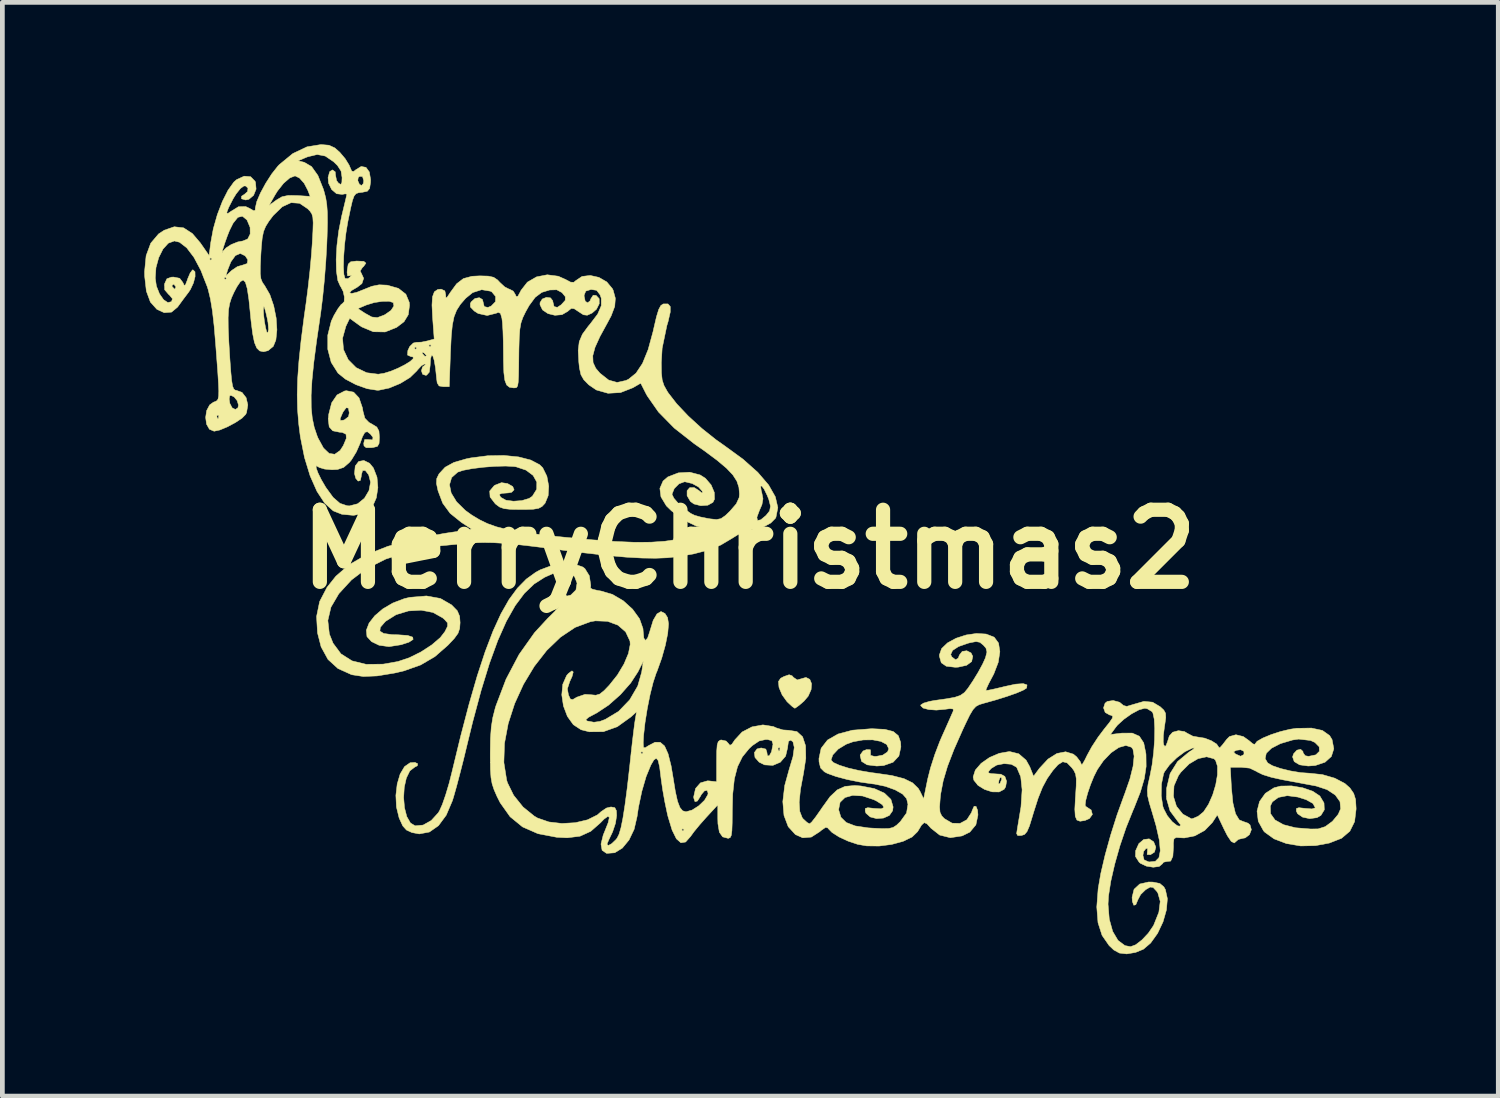
<source format=kicad_pcb>
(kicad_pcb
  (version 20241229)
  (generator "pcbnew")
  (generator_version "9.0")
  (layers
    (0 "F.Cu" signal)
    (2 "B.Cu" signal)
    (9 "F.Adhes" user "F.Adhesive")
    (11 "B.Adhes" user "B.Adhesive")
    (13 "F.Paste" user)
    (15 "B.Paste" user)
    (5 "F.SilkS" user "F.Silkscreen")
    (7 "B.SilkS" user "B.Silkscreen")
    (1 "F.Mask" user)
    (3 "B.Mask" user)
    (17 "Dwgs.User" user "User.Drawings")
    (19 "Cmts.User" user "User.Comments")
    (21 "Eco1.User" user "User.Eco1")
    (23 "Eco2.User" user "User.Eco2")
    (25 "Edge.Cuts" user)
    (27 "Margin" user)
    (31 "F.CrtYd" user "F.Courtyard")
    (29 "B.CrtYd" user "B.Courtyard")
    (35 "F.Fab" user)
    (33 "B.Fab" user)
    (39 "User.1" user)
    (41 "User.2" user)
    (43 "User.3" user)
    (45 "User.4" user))
  (footprint "MerryChristmas2"
    (layer "F.Cu")
    (at 12.781 8.557)
    (property "Reference" "MerryChristmas2" (at 0 0 0) (layer "F.SilkS") (effects (font (size 1.524 1.524) (thickness 0.3))))
    (attr through_hole)
    (fp_poly (pts (xy 0.909 2.675) (xy 0.937 2.708) (xy 1.017 2.762) (xy 1.079 2.744) (xy 1.201 2.709) (xy 1.282 2.749) (xy 1.32 2.842) (xy 1.31 2.967) (xy 1.249 3.104) (xy 1.159 3.21) (xy 1.053 3.301) (xy 0.979 3.354) (xy 0.965 3.36) (xy 0.914 3.326) (xy 0.825 3.244) (xy 0.799 3.218) (xy 0.698 3.078) (xy 0.634 2.927) (xy 0.631 2.914) (xy 0.62 2.795) (xy 0.666 2.727) (xy 0.738 2.689) (xy 0.845 2.652) (xy 0.909 2.675)) (stroke (width 0.01) (type solid)) (fill yes) (layer "F.SilkS"))
    (fp_poly (pts (xy 7.828 3.233) (xy 7.911 3.302) (xy 7.981 3.321) (xy 8.118 3.28) (xy 8.343 3.215) (xy 8.526 3.232) (xy 8.687 3.328) (xy 8.763 3.399) (xy 8.8 3.466) (xy 8.805 3.561) (xy 8.783 3.716) (xy 8.776 3.761) (xy 8.754 3.935) (xy 8.751 4.073) (xy 8.762 4.135) (xy 8.787 4.166) (xy 8.81 4.15) (xy 8.841 4.07) (xy 8.88 3.946) (xy 8.951 3.867) (xy 9.072 3.834) (xy 9.2 3.853) (xy 9.257 3.888) (xy 9.378 3.951) (xy 9.487 3.97) (xy 9.626 3.992) (xy 9.769 4.047) (xy 9.88 4.117) (xy 9.926 4.185) (xy 9.926 4.187) (xy 9.949 4.194) (xy 10.006 4.13) (xy 10.012 4.122) (xy 10.092 4.018) (xy 10.152 3.958) (xy 10.288 3.92) (xy 10.445 3.959) (xy 10.564 4.044) (xy 10.646 4.113) (xy 10.688 4.124) (xy 10.689 4.118) (xy 10.735 4.059) (xy 10.856 3.99) (xy 11.029 3.918) (xy 11.228 3.853) (xy 11.431 3.804) (xy 11.567 3.784) (xy 11.883 3.779) (xy 12.115 3.829) (xy 12.267 3.937) (xy 12.319 4.022) (xy 12.356 4.217) (xy 12.304 4.38) (xy 12.17 4.501) (xy 11.965 4.57) (xy 11.815 4.581) (xy 11.634 4.556) (xy 11.52 4.488) (xy 11.485 4.389) (xy 11.506 4.323) (xy 11.577 4.246) (xy 11.655 4.228) (xy 11.704 4.273) (xy 11.707 4.301) (xy 11.751 4.363) (xy 11.822 4.377) (xy 11.976 4.345) (xy 12.052 4.27) (xy 12.047 4.174) (xy 11.957 4.083) (xy 11.864 4.041) (xy 11.613 4.012) (xy 11.485 4.031) (xy 11.227 4.108) (xy 11.039 4.205) (xy 10.929 4.312) (xy 10.905 4.424) (xy 10.959 4.516) (xy 11.06 4.575) (xy 11.232 4.634) (xy 11.442 4.685) (xy 11.659 4.721) (xy 11.838 4.733) (xy 12.114 4.762) (xy 12.376 4.838) (xy 12.59 4.95) (xy 12.696 5.044) (xy 12.776 5.16) (xy 12.816 5.288) (xy 12.827 5.47) (xy 12.827 5.494) (xy 12.795 5.757) (xy 12.695 5.959) (xy 12.52 6.108) (xy 12.261 6.209) (xy 11.971 6.263) (xy 11.657 6.27) (xy 11.356 6.22) (xy 11.093 6.12) (xy 10.896 5.978) (xy 10.871 5.951) (xy 10.76 5.749) (xy 10.734 5.535) (xy 10.787 5.331) (xy 10.909 5.159) (xy 11.093 5.041) (xy 11.232 5.005) (xy 11.461 5.001) (xy 11.699 5.041) (xy 11.911 5.114) (xy 12.059 5.213) (xy 12.062 5.216) (xy 12.149 5.362) (xy 12.155 5.507) (xy 12.083 5.625) (xy 12 5.672) (xy 11.846 5.693) (xy 11.698 5.662) (xy 11.592 5.59) (xy 11.564 5.533) (xy 11.566 5.479) (xy 11.618 5.462) (xy 11.744 5.476) (xy 11.754 5.477) (xy 11.894 5.488) (xy 11.959 5.468) (xy 11.962 5.459) (xy 11.915 5.372) (xy 11.771 5.292) (xy 11.597 5.237) (xy 11.373 5.208) (xy 11.186 5.244) (xy 11.058 5.338) (xy 11.014 5.428) (xy 11.019 5.588) (xy 11.114 5.721) (xy 11.293 5.821) (xy 11.546 5.886) (xy 11.866 5.912) (xy 12.025 5.91) (xy 12.175 5.862) (xy 12.327 5.75) (xy 12.449 5.603) (xy 12.5 5.486) (xy 12.487 5.334) (xy 12.387 5.194) (xy 12.214 5.08) (xy 11.981 5.003) (xy 11.959 4.999) (xy 11.771 4.964) (xy 11.531 4.919) (xy 11.287 4.874) (xy 11.256 4.868) (xy 11.035 4.819) (xy 10.853 4.762) (xy 10.739 4.706) (xy 10.729 4.698) (xy 10.579 4.626) (xy 10.398 4.607) (xy 10.169 4.607) (xy 10.192 5.039) (xy 10.224 5.362) (xy 10.279 5.589) (xy 10.357 5.719) (xy 10.437 5.752) (xy 10.543 5.789) (xy 10.585 5.825) (xy 10.614 5.926) (xy 10.573 6.032) (xy 10.483 6.1) (xy 10.436 6.108) (xy 10.339 6.132) (xy 10.308 6.159) (xy 10.253 6.207) (xy 10.188 6.174) (xy 10.107 6.054) (xy 10.035 5.912) (xy 9.894 5.614) (xy 9.788 5.777) (xy 9.628 5.942) (xy 9.419 6.057) (xy 9.196 6.101) (xy 9.134 6.098) (xy 9.026 6.091) (xy 8.978 6.119) (xy 8.966 6.209) (xy 8.967 6.291) (xy 8.955 6.488) (xy 8.909 6.59) (xy 8.831 6.598) (xy 8.757 6.614) (xy 8.735 6.646) (xy 8.665 6.704) (xy 8.54 6.72) (xy 8.396 6.697) (xy 8.269 6.637) (xy 8.242 6.613) (xy 8.165 6.493) (xy 8.168 6.371) (xy 8.236 6.221) (xy 8.339 6.134) (xy 8.454 6.12) (xy 8.549 6.182) (xy 8.595 6.295) (xy 8.567 6.4) (xy 8.48 6.456) (xy 8.411 6.451) (xy 8.417 6.389) (xy 8.421 6.325) (xy 8.386 6.325) (xy 8.337 6.386) (xy 8.322 6.469) (xy 8.347 6.565) (xy 8.439 6.605) (xy 8.459 6.608) (xy 8.585 6.595) (xy 8.661 6.517) (xy 8.689 6.371) (xy 8.669 6.149) (xy 8.601 5.846) (xy 8.518 5.562) (xy 8.456 5.356) (xy 8.422 5.212) (xy 8.422 5.21) (xy 8.709 5.21) (xy 8.743 5.432) (xy 8.759 5.481) (xy 8.836 5.629) (xy 8.941 5.758) (xy 9.045 5.84) (xy 9.095 5.854) (xy 9.121 5.828) (xy 9.063 5.755) (xy 8.895 5.529) (xy 8.821 5.272) (xy 8.821 5.224) (xy 8.967 5.224) (xy 9.031 5.431) (xy 9.166 5.598) (xy 9.351 5.698) (xy 9.399 5.682) (xy 9.491 5.642) (xy 9.604 5.549) (xy 9.708 5.391) (xy 9.796 5.192) (xy 9.861 4.976) (xy 9.897 4.766) (xy 9.898 4.586) (xy 9.857 4.46) (xy 9.824 4.428) (xy 9.669 4.386) (xy 9.488 4.425) (xy 9.3 4.536) (xy 9.126 4.71) (xy 9.074 4.781) (xy 8.979 4.999) (xy 8.967 5.224) (xy 8.821 5.224) (xy 8.822 5.054) (xy 8.897 4.74) (xy 9.054 4.487) (xy 9.281 4.298) (xy 9.304 4.282) (xy 10.237 4.282) (xy 10.276 4.324) (xy 10.284 4.329) (xy 10.386 4.374) (xy 10.449 4.343) (xy 10.458 4.33) (xy 10.456 4.27) (xy 10.388 4.237) (xy 10.294 4.249) (xy 10.237 4.282) (xy 9.304 4.282) (xy 9.389 4.225) (xy 9.408 4.196) (xy 9.366 4.203) (xy 9.21 4.278) (xy 9.038 4.406) (xy 8.884 4.557) (xy 8.778 4.702) (xy 8.759 4.744) (xy 8.714 4.962) (xy 8.709 5.21) (xy 8.422 5.21) (xy 8.415 5.094) (xy 8.431 4.966) (xy 8.469 4.799) (xy 8.516 4.556) (xy 8.549 4.291) (xy 8.568 4.027) (xy 8.572 3.786) (xy 8.561 3.59) (xy 8.533 3.461) (xy 8.515 3.432) (xy 8.415 3.371) (xy 8.361 3.36) (xy 8.241 3.393) (xy 8.082 3.478) (xy 7.92 3.593) (xy 7.785 3.716) (xy 7.75 3.759) (xy 7.636 3.915) (xy 7.877 3.886) (xy 8.096 3.885) (xy 8.246 3.951) (xy 8.339 4.092) (xy 8.385 4.318) (xy 8.387 4.343) (xy 8.39 4.591) (xy 8.352 4.845) (xy 8.268 5.131) (xy 8.133 5.473) (xy 8.115 5.513) (xy 7.968 5.878) (xy 7.836 6.267) (xy 7.726 6.655) (xy 7.643 7.017) (xy 7.595 7.328) (xy 7.585 7.5) (xy 7.611 7.817) (xy 7.683 8.076) (xy 7.795 8.266) (xy 7.942 8.376) (xy 8.061 8.399) (xy 8.169 8.359) (xy 8.302 8.256) (xy 8.436 8.114) (xy 8.543 7.957) (xy 8.552 7.939) (xy 8.659 7.671) (xy 8.688 7.442) (xy 8.638 7.264) (xy 8.614 7.229) (xy 8.538 7.147) (xy 8.475 7.139) (xy 8.381 7.193) (xy 8.274 7.297) (xy 8.216 7.407) (xy 8.172 7.512) (xy 8.129 7.523) (xy 8.099 7.443) (xy 8.093 7.356) (xy 8.135 7.186) (xy 8.254 7.075) (xy 8.443 7.032) (xy 8.535 7.034) (xy 8.679 7.063) (xy 8.765 7.136) (xy 8.797 7.193) (xy 8.839 7.385) (xy 8.819 7.621) (xy 8.747 7.874) (xy 8.632 8.117) (xy 8.485 8.322) (xy 8.333 8.452) (xy 8.167 8.52) (xy 7.985 8.551) (xy 7.972 8.551) (xy 7.826 8.534) (xy 7.707 8.469) (xy 7.607 8.374) (xy 7.459 8.16) (xy 7.373 7.892) (xy 7.347 7.56) (xy 7.376 7.175) (xy 7.432 6.851) (xy 7.523 6.463) (xy 7.64 6.041) (xy 7.775 5.615) (xy 7.92 5.214) (xy 7.938 5.167) (xy 8.047 4.855) (xy 8.114 4.586) (xy 8.136 4.373) (xy 8.112 4.228) (xy 8.08 4.184) (xy 7.962 4.147) (xy 7.813 4.189) (xy 7.649 4.301) (xy 7.486 4.471) (xy 7.36 4.654) (xy 7.285 4.803) (xy 7.214 4.978) (xy 7.154 5.154) (xy 7.114 5.305) (xy 7.101 5.407) (xy 7.113 5.434) (xy 7.228 5.51) (xy 7.254 5.605) (xy 7.192 5.691) (xy 7.098 5.732) (xy 6.994 5.748) (xy 6.927 5.723) (xy 6.892 5.643) (xy 6.883 5.494) (xy 6.895 5.26) (xy 6.898 5.224) (xy 6.912 5) (xy 6.914 4.851) (xy 6.899 4.752) (xy 6.864 4.677) (xy 6.822 4.619) (xy 6.72 4.514) (xy 6.628 4.491) (xy 6.528 4.553) (xy 6.417 4.678) (xy 6.299 4.846) (xy 6.199 5.032) (xy 6.107 5.263) (xy 6.011 5.563) (xy 5.985 5.65) (xy 5.924 5.848) (xy 5.873 5.966) (xy 5.821 6.027) (xy 5.756 6.049) (xy 5.677 6.051) (xy 5.653 6.009) (xy 5.67 5.896) (xy 5.745 5.447) (xy 5.769 5.084) (xy 5.74 4.808) (xy 5.659 4.619) (xy 5.646 4.602) (xy 5.54 4.544) (xy 5.388 4.531) (xy 5.232 4.561) (xy 5.116 4.632) (xy 5.116 4.632) (xy 5.063 4.692) (xy 5.056 4.725) (xy 5.111 4.741) (xy 5.245 4.75) (xy 5.319 4.754) (xy 5.404 4.8) (xy 5.441 4.902) (xy 5.421 5.02) (xy 5.389 5.073) (xy 5.283 5.129) (xy 5.135 5.127) (xy 4.976 5.076) (xy 4.838 4.991) (xy 4.814 4.961) (xy 5.269 4.961) (xy 5.3 4.952) (xy 5.302 4.949) (xy 5.338 4.861) (xy 5.334 4.829) (xy 5.308 4.817) (xy 5.28 4.882) (xy 5.269 4.961) (xy 4.814 4.961) (xy 4.75 4.882) (xy 4.734 4.813) (xy 4.78 4.668) (xy 4.903 4.525) (xy 5.08 4.401) (xy 5.285 4.313) (xy 5.495 4.276) (xy 5.508 4.276) (xy 5.698 4.323) (xy 5.853 4.457) (xy 5.93 4.595) (xy 6.011 4.798) (xy 6.135 4.63) (xy 6.316 4.435) (xy 6.505 4.316) (xy 6.689 4.28) (xy 6.852 4.33) (xy 6.921 4.387) (xy 6.995 4.484) (xy 7.025 4.553) (xy 7.044 4.541) (xy 7.093 4.457) (xy 7.145 4.351) (xy 7.242 4.174) (xy 7.376 3.969) (xy 7.498 3.807) (xy 7.616 3.659) (xy 7.676 3.571) (xy 7.683 3.526) (xy 7.645 3.507) (xy 7.62 3.503) (xy 7.525 3.449) (xy 7.49 3.352) (xy 7.522 3.254) (xy 7.569 3.216) (xy 7.693 3.197) (xy 7.828 3.233)) (stroke (width 0.01) (type solid)) (fill yes) (layer "F.SilkS"))
    (fp_poly (pts (xy -3.692 0.313) (xy -3.514 0.376) (xy -3.471 0.409) (xy -3.377 0.56) (xy -3.347 0.76) (xy -3.351 0.821) (xy -3.308 0.846) (xy -3.196 0.872) (xy -3.129 0.883) (xy -2.889 0.954) (xy -2.659 1.089) (xy -2.462 1.268) (xy -2.316 1.47) (xy -2.243 1.677) (xy -2.239 1.735) (xy -2.225 1.879) (xy -2.19 1.926) (xy -2.145 1.876) (xy -2.097 1.732) (xy -2.095 1.723) (xy -2.027 1.503) (xy -1.947 1.366) (xy -1.862 1.316) (xy -1.778 1.358) (xy -1.723 1.446) (xy -1.703 1.577) (xy -1.72 1.778) (xy -1.77 2.027) (xy -1.847 2.301) (xy -1.946 2.578) (xy -1.965 2.621) (xy -2.028 2.812) (xy -2.093 3.071) (xy -2.152 3.366) (xy -2.2 3.666) (xy -2.23 3.936) (xy -2.238 4.088) (xy -2.233 4.186) (xy -2.198 4.197) (xy -2.127 4.151) (xy -1.989 4.079) (xy -1.878 4.08) (xy -1.787 4.158) (xy -1.713 4.322) (xy -1.649 4.576) (xy -1.607 4.824) (xy -1.559 5.119) (xy -1.513 5.326) (xy -1.463 5.457) (xy -1.406 5.527) (xy -1.336 5.548) (xy -1.333 5.548) (xy -1.205 5.512) (xy -1.064 5.422) (xy -0.942 5.305) (xy -0.873 5.188) (xy -0.867 5.154) (xy -0.889 5.094) (xy -0.945 5.107) (xy -1.01 5.184) (xy -1.027 5.217) (xy -1.093 5.321) (xy -1.144 5.334) (xy -1.17 5.256) (xy -1.171 5.229) (xy -1.132 5.056) (xy -1.028 4.937) (xy -0.879 4.894) (xy -0.846 4.896) (xy -0.687 4.914) (xy -0.687 4.481) (xy -0.685 4.269) (xy -0.675 4.138) (xy -0.653 4.067) (xy -0.614 4.036) (xy -0.59 4.03) (xy -0.487 4.053) (xy -0.445 4.097) (xy -0.406 4.144) (xy -0.363 4.119) (xy -0.302 4.029) (xy -0.148 3.862) (xy 0.06 3.754) (xy 0.291 3.712) (xy 0.512 3.747) (xy 0.576 3.776) (xy 0.712 3.818) (xy 0.834 3.826) (xy 1.01 3.853) (xy 1.13 3.963) (xy 1.193 4.153) (xy 1.198 4.419) (xy 1.151 4.725) (xy 1.085 5.077) (xy 1.058 5.344) (xy 1.07 5.539) (xy 1.121 5.671) (xy 1.142 5.698) (xy 1.226 5.775) (xy 1.279 5.803) (xy 1.324 5.763) (xy 1.407 5.657) (xy 1.513 5.506) (xy 1.548 5.454) (xy 1.711 5.228) (xy 1.863 5.085) (xy 2.028 5.011) (xy 2.23 4.993) (xy 2.363 5.003) (xy 2.647 5.058) (xy 2.861 5.155) (xy 2.996 5.286) (xy 3.043 5.446) (xy 3.032 5.527) (xy 2.963 5.626) (xy 2.839 5.681) (xy 2.693 5.692) (xy 2.559 5.657) (xy 2.469 5.578) (xy 2.453 5.533) (xy 2.455 5.479) (xy 2.507 5.462) (xy 2.632 5.476) (xy 2.643 5.477) (xy 2.791 5.486) (xy 2.849 5.458) (xy 2.817 5.4) (xy 2.695 5.322) (xy 2.634 5.292) (xy 2.398 5.214) (xy 2.19 5.201) (xy 2.026 5.247) (xy 1.922 5.348) (xy 1.892 5.5) (xy 1.893 5.51) (xy 1.94 5.664) (xy 2.053 5.775) (xy 2.241 5.847) (xy 2.514 5.888) (xy 2.61 5.894) (xy 2.819 5.904) (xy 2.954 5.901) (xy 3.044 5.879) (xy 3.117 5.831) (xy 3.197 5.754) (xy 3.327 5.574) (xy 3.357 5.39) (xy 3.328 5.27) (xy 3.245 5.175) (xy 3.087 5.085) (xy 2.879 5.01) (xy 2.646 4.962) (xy 2.612 4.959) (xy 2.342 4.92) (xy 2.073 4.866) (xy 1.834 4.802) (xy 1.652 4.736) (xy 1.591 4.703) (xy 1.51 4.622) (xy 1.478 4.493) (xy 1.476 4.423) (xy 1.522 4.206) (xy 1.657 4.032) (xy 1.879 3.905) (xy 2.183 3.824) (xy 2.567 3.794) (xy 2.603 3.793) (xy 2.867 3.806) (xy 3.046 3.852) (xy 3.153 3.94) (xy 3.201 4.077) (xy 3.207 4.178) (xy 3.165 4.37) (xy 3.043 4.501) (xy 2.843 4.571) (xy 2.697 4.581) (xy 2.493 4.556) (xy 2.376 4.483) (xy 2.347 4.362) (xy 2.351 4.342) (xy 2.409 4.263) (xy 2.482 4.234) (xy 2.563 4.238) (xy 2.566 4.294) (xy 2.565 4.298) (xy 2.566 4.356) (xy 2.644 4.377) (xy 2.682 4.378) (xy 2.824 4.351) (xy 2.924 4.284) (xy 2.952 4.218) (xy 2.907 4.125) (xy 2.786 4.061) (xy 2.612 4.028) (xy 2.409 4.03) (xy 2.197 4.068) (xy 2.053 4.12) (xy 1.883 4.223) (xy 1.768 4.346) (xy 1.731 4.453) (xy 1.778 4.506) (xy 1.906 4.564) (xy 2.095 4.624) (xy 2.326 4.677) (xy 2.578 4.72) (xy 2.672 4.732) (xy 3.016 4.782) (xy 3.273 4.848) (xy 3.455 4.937) (xy 3.574 5.053) (xy 3.613 5.119) (xy 3.688 5.275) (xy 3.773 4.859) (xy 3.834 4.619) (xy 3.925 4.336) (xy 4.03 4.06) (xy 4.071 3.965) (xy 4.164 3.757) (xy 4.242 3.581) (xy 4.296 3.458) (xy 4.314 3.417) (xy 4.312 3.376) (xy 4.246 3.368) (xy 4.132 3.383) (xy 3.956 3.399) (xy 3.796 3.388) (xy 3.677 3.356) (xy 3.627 3.307) (xy 3.628 3.291) (xy 3.686 3.252) (xy 3.813 3.215) (xy 3.924 3.195) (xy 4.174 3.16) (xy 4.346 3.129) (xy 4.464 3.089) (xy 4.55 3.029) (xy 4.626 2.936) (xy 4.717 2.8) (xy 4.728 2.784) (xy 4.84 2.601) (xy 4.935 2.426) (xy 4.993 2.298) (xy 4.994 2.297) (xy 5.026 2.172) (xy 5.005 2.089) (xy 4.951 2.027) (xy 4.877 1.967) (xy 4.796 1.951) (xy 4.669 1.975) (xy 4.627 1.986) (xy 4.424 2.057) (xy 4.299 2.139) (xy 4.26 2.224) (xy 4.282 2.273) (xy 4.363 2.336) (xy 4.42 2.301) (xy 4.444 2.236) (xy 4.504 2.159) (xy 4.6 2.145) (xy 4.689 2.19) (xy 4.726 2.262) (xy 4.703 2.374) (xy 4.595 2.453) (xy 4.416 2.492) (xy 4.353 2.494) (xy 4.167 2.472) (xy 4.061 2.399) (xy 4.022 2.264) (xy 4.021 2.233) (xy 4.068 2.099) (xy 4.193 1.979) (xy 4.373 1.881) (xy 4.585 1.812) (xy 4.804 1.78) (xy 5.009 1.792) (xy 5.175 1.857) (xy 5.181 1.861) (xy 5.271 1.983) (xy 5.299 2.165) (xy 5.265 2.389) (xy 5.171 2.634) (xy 5.14 2.693) (xy 5.063 2.839) (xy 5.014 2.945) (xy 5.003 2.984) (xy 5.056 2.979) (xy 5.181 2.953) (xy 5.356 2.912) (xy 5.394 2.902) (xy 5.632 2.851) (xy 5.794 2.84) (xy 5.873 2.867) (xy 5.864 2.933) (xy 5.797 2.976) (xy 5.653 3.038) (xy 5.452 3.109) (xy 5.216 3.183) (xy 4.965 3.253) (xy 4.958 3.255) (xy 4.864 3.283) (xy 4.793 3.322) (xy 4.73 3.391) (xy 4.661 3.507) (xy 4.573 3.688) (xy 4.514 3.814) (xy 4.328 4.234) (xy 4.192 4.588) (xy 4.101 4.895) (xy 4.048 5.172) (xy 4.038 5.266) (xy 4.025 5.446) (xy 4.034 5.558) (xy 4.07 5.634) (xy 4.126 5.693) (xy 4.29 5.789) (xy 4.457 5.794) (xy 4.602 5.716) (xy 4.701 5.562) (xy 4.714 5.52) (xy 4.754 5.432) (xy 4.796 5.435) (xy 4.828 5.516) (xy 4.836 5.616) (xy 4.792 5.824) (xy 4.664 5.978) (xy 4.501 6.058) (xy 4.251 6.096) (xy 4.027 6.04) (xy 3.843 5.895) (xy 3.842 5.894) (xy 3.758 5.801) (xy 3.7 5.778) (xy 3.643 5.83) (xy 3.562 5.965) (xy 3.56 5.968) (xy 3.444 6.081) (xy 3.253 6.173) (xy 3.013 6.238) (xy 2.748 6.272) (xy 2.485 6.269) (xy 2.294 6.236) (xy 2.091 6.168) (xy 1.901 6.08) (xy 1.752 5.985) (xy 1.669 5.9) (xy 1.665 5.89) (xy 1.617 5.877) (xy 1.518 5.945) (xy 1.493 5.968) (xy 1.314 6.083) (xy 1.133 6.098) (xy 0.978 6.029) (xy 0.826 5.862) (xy 0.737 5.626) (xy 0.712 5.333) (xy 0.752 4.994) (xy 0.844 4.66) (xy 0.927 4.383) (xy 0.954 4.187) (xy 0.927 4.07) (xy 0.878 4.034) (xy 0.831 4.06) (xy 0.814 4.182) (xy 0.814 4.191) (xy 0.771 4.372) (xy 0.659 4.501) (xy 0.503 4.567) (xy 0.328 4.557) (xy 0.212 4.5) (xy 0.124 4.4) (xy 0.111 4.297) (xy 0.167 4.22) (xy 0.255 4.199) (xy 0.353 4.223) (xy 0.375 4.288) (xy 0.387 4.367) (xy 0.427 4.364) (xy 0.471 4.284) (xy 0.477 4.263) (xy 0.484 4.225) (xy 0.611 4.225) (xy 0.629 4.267) (xy 0.645 4.259) (xy 0.651 4.198) (xy 0.645 4.191) (xy 0.614 4.198) (xy 0.611 4.225) (xy 0.484 4.225) (xy 0.505 4.119) (xy 0.481 4.046) (xy 0.393 4.022) (xy 0.35 4.021) (xy 0.213 4.051) (xy 0.068 4.149) (xy -0.001 4.214) (xy -0.143 4.388) (xy -0.245 4.595) (xy -0.312 4.853) (xy -0.347 5.177) (xy -0.356 5.532) (xy -0.358 5.782) (xy -0.364 5.948) (xy -0.377 6.046) (xy -0.401 6.094) (xy -0.437 6.108) (xy -0.448 6.108) (xy -0.56 6.078) (xy -0.629 5.979) (xy -0.659 5.8) (xy -0.662 5.694) (xy -0.662 5.402) (xy -0.906 5.666) (xy -1.044 5.822) (xy -1.165 5.969) (xy -1.238 6.07) (xy -1.342 6.187) (xy -1.442 6.203) (xy -1.537 6.119) (xy -1.628 5.934) (xy -1.629 5.93) (xy -1.425 5.93) (xy -1.4 5.956) (xy -1.374 5.93) (xy -1.4 5.905) (xy -1.425 5.93) (xy -1.629 5.93) (xy -1.714 5.65) (xy -1.727 5.597) (xy -1.78 5.346) (xy -1.827 5.083) (xy -1.859 4.859) (xy -1.862 4.836) (xy -1.891 4.602) (xy -1.923 4.464) (xy -1.962 4.417) (xy -2.013 4.453) (xy -2.077 4.562) (xy -2.177 4.805) (xy -2.267 5.114) (xy -2.339 5.455) (xy -2.368 5.65) (xy -2.43 5.918) (xy -2.538 6.144) (xy -2.679 6.315) (xy -2.84 6.414) (xy -3.009 6.427) (xy -3.014 6.426) (xy -3.107 6.362) (xy -3.13 6.23) (xy -3.083 6.039) (xy -3.057 5.976) (xy -2.979 5.78) (xy -2.954 5.669) (xy -2.984 5.644) (xy -3.067 5.704) (xy -3.143 5.782) (xy -3.347 5.961) (xy -3.573 6.064) (xy -3.845 6.098) (xy -4.065 6.087) (xy -4.463 6.011) (xy -4.788 5.868) (xy -5.051 5.653) (xy -5.261 5.357) (xy -5.328 5.224) (xy -5.39 5.082) (xy -5.431 4.958) (xy -5.455 4.824) (xy -5.467 4.654) (xy -5.469 4.506) (xy -5.183 4.506) (xy -5.124 4.878) (xy -5.107 4.934) (xy -4.977 5.199) (xy -4.778 5.447) (xy -4.54 5.64) (xy -4.472 5.68) (xy -4.232 5.763) (xy -3.957 5.795) (xy -3.675 5.779) (xy -3.415 5.718) (xy -3.206 5.614) (xy -3.129 5.546) (xy -3.015 5.469) (xy -2.919 5.446) (xy -2.838 5.461) (xy -2.805 5.525) (xy -2.8 5.627) (xy -2.824 5.79) (xy -2.884 5.969) (xy -2.901 6.006) (xy -2.963 6.135) (xy -3 6.222) (xy -3.003 6.238) (xy -2.974 6.26) (xy -2.904 6.222) (xy -2.818 6.14) (xy -2.79 6.105) (xy -2.749 6.023) (xy -2.708 5.885) (xy -2.667 5.683) (xy -2.624 5.408) (xy -2.577 5.053) (xy -2.526 4.608) (xy -2.496 4.327) (xy -2.493 4.301) (xy -2.291 4.301) (xy -2.265 4.327) (xy -2.24 4.301) (xy -2.265 4.276) (xy -2.291 4.301) (xy -2.493 4.301) (xy -2.469 4.083) (xy -2.442 3.858) (xy -2.42 3.684) (xy -2.409 3.614) (xy -2.379 3.436) (xy -2.5 3.545) (xy -2.787 3.751) (xy -3.079 3.855) (xy -3.377 3.858) (xy -3.552 3.814) (xy -3.715 3.707) (xy -3.79 3.603) (xy -3.451 3.603) (xy -3.425 3.629) (xy -3.28 3.656) (xy -3.155 3.639) (xy -3.04 3.596) (xy -2.759 3.427) (xy -2.524 3.183) (xy -2.354 2.891) (xy -2.27 2.596) (xy -2.237 2.367) (xy -2.349 2.59) (xy -2.504 2.828) (xy -2.721 3.074) (xy -2.97 3.294) (xy -3.219 3.459) (xy -3.247 3.473) (xy -3.394 3.552) (xy -3.451 3.603) (xy -3.79 3.603) (xy -3.841 3.531) (xy -3.924 3.312) (xy -3.959 3.077) (xy -3.938 2.854) (xy -3.857 2.67) (xy -3.819 2.626) (xy -3.744 2.57) (xy -3.717 2.594) (xy -3.742 2.69) (xy -3.792 2.799) (xy -3.841 2.95) (xy -3.818 3.078) (xy -3.777 3.167) (xy -3.727 3.177) (xy -3.64 3.126) (xy -3.468 3.067) (xy -3.342 3.075) (xy -3.24 3.085) (xy -3.157 3.061) (xy -3.064 2.987) (xy -2.955 2.873) (xy -2.783 2.657) (xy -2.644 2.425) (xy -2.55 2.202) (xy -2.513 2.013) (xy -2.518 1.94) (xy -2.609 1.746) (xy -2.773 1.604) (xy -2.993 1.523) (xy -3.248 1.513) (xy -3.354 1.531) (xy -3.676 1.651) (xy -3.986 1.858) (xy -4.277 2.138) (xy -4.54 2.475) (xy -4.769 2.855) (xy -4.955 3.262) (xy -5.091 3.683) (xy -5.17 4.103) (xy -5.183 4.506) (xy -5.469 4.506) (xy -5.471 4.42) (xy -5.471 4.301) (xy -5.466 3.996) (xy -5.449 3.76) (xy -5.417 3.559) (xy -5.366 3.359) (xy -5.351 3.31) (xy -5.137 2.747) (xy -4.862 2.225) (xy -4.536 1.765) (xy -4.262 1.467) (xy -4.11 1.317) (xy -4.026 1.217) (xy -3.998 1.151) (xy -4.015 1.101) (xy -4.017 1.099) (xy -4.051 1.017) (xy -4.062 0.906) (xy -4.053 0.805) (xy -4.023 0.751) (xy -4.009 0.751) (xy -3.965 0.802) (xy -3.939 0.874) (xy -3.912 0.93) (xy -3.852 0.99) (xy -3.768 0.968) (xy -3.66 0.861) (xy -3.636 0.716) (xy -3.687 0.583) (xy -3.793 0.486) (xy -3.942 0.463) (xy -4.145 0.514) (xy -4.321 0.592) (xy -4.542 0.733) (xy -4.749 0.931) (xy -4.944 1.192) (xy -5.131 1.523) (xy -5.311 1.928) (xy -5.488 2.413) (xy -5.664 2.985) (xy -5.842 3.649) (xy -5.958 4.123) (xy -6.033 4.434) (xy -6.111 4.739) (xy -6.183 5.013) (xy -6.244 5.228) (xy -6.27 5.313) (xy -6.401 5.62) (xy -6.565 5.842) (xy -6.757 5.976) (xy -6.971 6.016) (xy -7.126 5.987) (xy -7.241 5.934) (xy -7.32 5.846) (xy -7.391 5.691) (xy -7.397 5.676) (xy -7.453 5.447) (xy -7.465 5.201) (xy -7.437 4.961) (xy -7.375 4.751) (xy -7.282 4.594) (xy -7.164 4.512) (xy -7.162 4.512) (xy -7.061 4.505) (xy -7.004 4.533) (xy -7.012 4.576) (xy -7.065 4.603) (xy -7.17 4.684) (xy -7.244 4.835) (xy -7.288 5.031) (xy -7.301 5.248) (xy -7.283 5.462) (xy -7.235 5.649) (xy -7.157 5.785) (xy -7.058 5.845) (xy -6.889 5.829) (xy -6.718 5.733) (xy -6.571 5.572) (xy -6.544 5.529) (xy -6.483 5.393) (xy -6.412 5.188) (xy -6.339 4.943) (xy -6.286 4.734) (xy -6.097 3.955) (xy -5.918 3.272) (xy -5.746 2.677) (xy -5.578 2.165) (xy -5.412 1.73) (xy -5.245 1.365) (xy -5.074 1.064) (xy -4.896 0.822) (xy -4.71 0.632) (xy -4.512 0.489) (xy -4.418 0.437) (xy -4.171 0.344) (xy -3.919 0.303) (xy -3.692 0.313)) (stroke (width 0.01) (type solid)) (fill yes) (layer "F.SilkS"))
    (fp_poly (pts (xy -8.879 -8.538) (xy -8.755 -8.481) (xy -8.651 -8.389) (xy -8.537 -8.254) (xy -8.453 -8.118) (xy -8.439 -8.084) (xy -8.398 -7.991) (xy -8.356 -7.983) (xy -8.314 -8.018) (xy -8.198 -8.089) (xy -8.097 -8.07) (xy -8.026 -7.973) (xy -7.999 -7.81) (xy -8.001 -7.753) (xy -8.02 -7.625) (xy -8.068 -7.566) (xy -8.171 -7.544) (xy -8.18 -7.543) (xy -8.255 -7.534) (xy -8.308 -7.514) (xy -8.348 -7.465) (xy -8.383 -7.37) (xy -8.42 -7.213) (xy -8.469 -6.976) (xy -8.48 -6.923) (xy -8.52 -6.683) (xy -8.55 -6.429) (xy -8.568 -6.183) (xy -8.573 -5.969) (xy -8.564 -5.808) (xy -8.54 -5.723) (xy -8.538 -5.722) (xy -8.477 -5.719) (xy -8.436 -5.75) (xy -8.399 -5.796) (xy -8.438 -5.781) (xy -8.441 -5.78) (xy -8.485 -5.777) (xy -8.496 -5.851) (xy -8.491 -5.912) (xy -8.472 -6.025) (xy -8.419 -6.075) (xy -8.301 -6.09) (xy -8.284 -6.09) (xy -8.143 -6.084) (xy -8.098 -6.046) (xy -8.147 -5.976) (xy -8.172 -5.954) (xy -8.22 -5.88) (xy -8.197 -5.836) (xy -8.146 -5.726) (xy -8.183 -5.614) (xy -8.281 -5.538) (xy -8.406 -5.465) (xy -8.442 -5.419) (xy -8.401 -5.405) (xy -8.293 -5.429) (xy -8.168 -5.479) (xy -7.974 -5.557) (xy -7.819 -5.588) (xy -7.656 -5.581) (xy -7.646 -5.58) (xy -7.411 -5.513) (xy -7.254 -5.39) (xy -7.182 -5.217) (xy -7.177 -5.154) (xy -7.203 -4.956) (xy -7.293 -4.808) (xy -7.45 -4.688) (xy -7.692 -4.592) (xy -7.942 -4.596) (xy -8.187 -4.699) (xy -8.234 -4.731) (xy -8.441 -4.881) (xy -8.522 -4.711) (xy -8.592 -4.459) (xy -8.572 -4.219) (xy -8.472 -4.006) (xy -8.305 -3.838) (xy -8.081 -3.73) (xy -7.838 -3.699) (xy -7.716 -3.718) (xy -7.57 -3.763) (xy -7.417 -3.827) (xy -7.277 -3.898) (xy -7.165 -3.967) (xy -7.1 -4.026) (xy -7.1 -4.063) (xy -7.149 -4.072) (xy -7.219 -4.104) (xy -7.215 -4.159) (xy -6.914 -4.159) (xy -6.902 -4.131) (xy -6.851 -4.076) (xy -6.821 -4.087) (xy -6.821 -4.095) (xy -6.857 -4.138) (xy -6.88 -4.153) (xy -6.914 -4.159) (xy -7.215 -4.159) (xy -7.212 -4.199) (xy -7.188 -4.25) (xy -7.075 -4.25) (xy -7.05 -4.225) (xy -7.024 -4.25) (xy -7.05 -4.276) (xy -7.075 -4.25) (xy -7.188 -4.25) (xy -7.174 -4.282) (xy -7.154 -4.301) (xy -6.77 -4.301) (xy -6.744 -4.276) (xy -6.719 -4.301) (xy -6.744 -4.327) (xy -6.77 -4.301) (xy -7.154 -4.301) (xy -7.097 -4.358) (xy -7.034 -4.372) (xy -6.923 -4.377) (xy -6.801 -4.402) (xy -6.655 -4.443) (xy -6.689 -4.899) (xy -6.702 -5.16) (xy -6.691 -5.335) (xy -6.652 -5.44) (xy -6.581 -5.489) (xy -6.509 -5.497) (xy -6.43 -5.46) (xy -6.413 -5.383) (xy -6.408 -5.315) (xy -6.383 -5.324) (xy -6.323 -5.414) (xy -6.319 -5.421) (xy -6.181 -5.61) (xy -6.038 -5.72) (xy -5.856 -5.769) (xy -5.691 -5.777) (xy -5.512 -5.772) (xy -5.399 -5.747) (xy -5.316 -5.691) (xy -5.266 -5.637) (xy -5.165 -5.544) (xy -5.075 -5.498) (xy -5.066 -5.497) (xy -4.985 -5.455) (xy -4.946 -5.393) (xy -4.918 -5.336) (xy -4.885 -5.35) (xy -4.833 -5.445) (xy -4.82 -5.472) (xy -4.686 -5.644) (xy -4.492 -5.756) (xy -4.266 -5.8) (xy -4.034 -5.77) (xy -3.885 -5.704) (xy -3.771 -5.644) (xy -3.704 -5.642) (xy -3.665 -5.675) (xy -3.531 -5.765) (xy -3.358 -5.786) (xy -3.174 -5.745) (xy -3.008 -5.649) (xy -2.889 -5.506) (xy -2.873 -5.473) (xy -2.827 -5.304) (xy -2.84 -5.132) (xy -2.916 -4.931) (xy -2.994 -4.785) (xy -3.154 -4.492) (xy -3.257 -4.265) (xy -3.304 -4.089) (xy -3.298 -3.947) (xy -3.241 -3.824) (xy -3.152 -3.72) (xy -2.968 -3.575) (xy -2.792 -3.525) (xy -2.605 -3.566) (xy -2.548 -3.593) (xy -2.39 -3.721) (xy -2.253 -3.927) (xy -2.134 -4.219) (xy -2.029 -4.604) (xy -2.012 -4.681) (xy -1.957 -4.916) (xy -1.91 -5.068) (xy -1.865 -5.151) (xy -1.816 -5.183) (xy -1.813 -5.184) (xy -1.715 -5.184) (xy -1.667 -5.13) (xy -1.667 -5.01) (xy -1.712 -4.813) (xy -1.738 -4.728) (xy -1.838 -4.247) (xy -1.856 -3.941) (xy -1.853 -3.725) (xy -1.837 -3.576) (xy -1.799 -3.46) (xy -1.732 -3.34) (xy -1.71 -3.305) (xy -1.53 -3.073) (xy -1.285 -2.814) (xy -0.998 -2.552) (xy -0.694 -2.31) (xy -0.518 -2.186) (xy -0.128 -1.902) (xy 0.183 -1.625) (xy 0.412 -1.358) (xy 0.554 -1.108) (xy 0.607 -0.879) (xy 0.567 -0.676) (xy 0.556 -0.654) (xy 0.458 -0.555) (xy 0.299 -0.469) (xy 0.119 -0.416) (xy 0.026 -0.407) (xy -0.086 -0.379) (xy -0.24 -0.306) (xy -0.357 -0.233) (xy -0.598 -0.09) (xy -0.864 0.018) (xy -1.181 0.1) (xy -1.501 0.155) (xy -1.725 0.18) (xy -1.975 0.19) (xy -2.263 0.186) (xy -2.601 0.167) (xy -3 0.131) (xy -3.473 0.078) (xy -4.032 0.008) (xy -4.148 -0.008) (xy -4.565 -0.061) (xy -4.902 -0.1) (xy -5.177 -0.125) (xy -5.412 -0.139) (xy -5.625 -0.142) (xy -5.837 -0.135) (xy -5.879 -0.133) (xy -6.567 -0.069) (xy -7.166 0.044) (xy -7.677 0.207) (xy -8.102 0.42) (xy -8.404 0.649) (xy -8.67 0.939) (xy -8.837 1.224) (xy -8.903 1.506) (xy -8.871 1.79) (xy -8.793 1.985) (xy -8.626 2.21) (xy -8.391 2.359) (xy -8.093 2.432) (xy -7.734 2.428) (xy -7.422 2.373) (xy -7.183 2.293) (xy -6.935 2.17) (xy -6.707 2.022) (xy -6.526 1.867) (xy -6.428 1.74) (xy -6.372 1.626) (xy -6.373 1.556) (xy -6.436 1.485) (xy -6.476 1.45) (xy -6.681 1.336) (xy -6.932 1.288) (xy -7.201 1.304) (xy -7.46 1.383) (xy -7.681 1.522) (xy -7.696 1.537) (xy -7.794 1.65) (xy -7.803 1.73) (xy -7.722 1.78) (xy -7.546 1.805) (xy -7.416 1.808) (xy -7.216 1.822) (xy -7.11 1.857) (xy -7.101 1.906) (xy -7.189 1.964) (xy -7.355 2.018) (xy -7.61 2.058) (xy -7.82 2.029) (xy -7.979 1.952) (xy -8.076 1.846) (xy -8.089 1.711) (xy -8.031 1.56) (xy -7.911 1.406) (xy -7.74 1.26) (xy -7.529 1.136) (xy -7.287 1.044) (xy -7.173 1.017) (xy -6.821 0.987) (xy -6.525 1.04) (xy -6.288 1.176) (xy -6.281 1.183) (xy -6.167 1.3) (xy -6.118 1.416) (xy -6.108 1.551) (xy -6.117 1.675) (xy -6.152 1.777) (xy -6.232 1.887) (xy -6.367 2.03) (xy -6.642 2.27) (xy -6.941 2.445) (xy -7.293 2.57) (xy -7.496 2.617) (xy -7.861 2.677) (xy -8.153 2.689) (xy -8.389 2.653) (xy -8.407 2.648) (xy -8.689 2.521) (xy -8.9 2.328) (xy -9.045 2.063) (xy -9.121 1.768) (xy -9.141 1.421) (xy -9.076 1.105) (xy -8.92 0.805) (xy -8.734 0.571) (xy -8.456 0.329) (xy -8.092 0.119) (xy -7.638 -0.061) (xy -7.092 -0.211) (xy -6.452 -0.333) (xy -6.274 -0.36) (xy -5.854 -0.419) (xy -6.083 -0.57) (xy -6.318 -0.759) (xy -6.475 -0.973) (xy -6.574 -1.235) (xy -6.607 -1.389) (xy -6.602 -1.492) (xy -6.556 -1.588) (xy -6.55 -1.597) (xy -6.424 -1.733) (xy -6.24 -1.834) (xy -5.979 -1.91) (xy -5.882 -1.93) (xy -5.523 -1.976) (xy -5.18 -1.982) (xy -4.871 -1.951) (xy -4.615 -1.885) (xy -4.428 -1.787) (xy -4.362 -1.722) (xy -4.274 -1.543) (xy -4.235 -1.333) (xy -4.247 -1.131) (xy -4.312 -0.973) (xy -4.317 -0.967) (xy -4.377 -0.903) (xy -4.449 -0.865) (xy -4.558 -0.846) (xy -4.732 -0.84) (xy -4.827 -0.84) (xy -5.039 -0.843) (xy -5.177 -0.858) (xy -5.271 -0.891) (xy -5.349 -0.948) (xy -5.366 -0.963) (xy -5.474 -1.104) (xy -5.482 -1.23) (xy -5.39 -1.34) (xy -5.372 -1.353) (xy -5.234 -1.407) (xy -5.105 -1.388) (xy -4.996 -1.326) (xy -4.967 -1.256) (xy -5.019 -1.204) (xy -5.09 -1.191) (xy -5.225 -1.181) (xy -5.277 -1.161) (xy -5.263 -1.119) (xy -5.243 -1.094) (xy -5.139 -1.036) (xy -4.979 -1.015) (xy -4.803 -1.028) (xy -4.649 -1.074) (xy -4.581 -1.12) (xy -4.489 -1.268) (xy -4.487 -1.42) (xy -4.565 -1.56) (xy -4.715 -1.672) (xy -4.925 -1.742) (xy -4.965 -1.748) (xy -5.145 -1.758) (xy -5.373 -1.752) (xy -5.619 -1.733) (xy -5.852 -1.704) (xy -6.043 -1.668) (xy -6.157 -1.63) (xy -6.287 -1.515) (xy -6.332 -1.363) (xy -6.296 -1.188) (xy -6.183 -1.003) (xy -5.997 -0.82) (xy -5.861 -0.722) (xy -5.696 -0.623) (xy -5.527 -0.541) (xy -5.339 -0.474) (xy -5.117 -0.418) (xy -4.846 -0.368) (xy -4.509 -0.321) (xy -4.093 -0.273) (xy -3.894 -0.253) (xy -3.318 -0.199) (xy -2.831 -0.164) (xy -2.42 -0.147) (xy -2.074 -0.149) (xy -1.78 -0.169) (xy -1.528 -0.207) (xy -1.444 -0.225) (xy -1.243 -0.28) (xy -1.08 -0.337) (xy -0.969 -0.39) (xy -0.925 -0.432) (xy -0.96 -0.455) (xy -0.993 -0.457) (xy -1.118 -0.49) (xy -1.289 -0.572) (xy -1.473 -0.686) (xy -1.64 -0.811) (xy -1.749 -0.917) (xy -1.863 -1.107) (xy -1.886 -1.286) (xy -1.819 -1.441) (xy -1.718 -1.528) (xy -1.496 -1.614) (xy -1.256 -1.628) (xy -1.035 -1.57) (xy -0.924 -1.5) (xy -0.803 -1.359) (xy -0.736 -1.201) (xy -0.732 -1.057) (xy -0.765 -0.991) (xy -0.872 -0.931) (xy -1.021 -0.92) (xy -1.166 -0.957) (xy -1.239 -1.009) (xy -1.311 -1.132) (xy -1.311 -1.237) (xy -1.256 -1.301) (xy -1.16 -1.303) (xy -1.065 -1.243) (xy -0.996 -1.188) (xy -0.985 -1.205) (xy -0.993 -1.23) (xy -1.069 -1.316) (xy -1.202 -1.389) (xy -1.347 -1.424) (xy -1.369 -1.425) (xy -1.482 -1.383) (xy -1.582 -1.283) (xy -1.629 -1.167) (xy -1.629 -1.159) (xy -1.59 -1.078) (xy -1.493 -0.966) (xy -1.365 -0.851) (xy -1.232 -0.756) (xy -1.152 -0.717) (xy -1.033 -0.683) (xy -0.87 -0.65) (xy -0.823 -0.642) (xy -0.689 -0.628) (xy -0.595 -0.647) (xy -0.553 -0.676) (xy 0.164 -0.676) (xy 0.176 -0.608) (xy 0.246 -0.622) (xy 0.356 -0.713) (xy 0.433 -0.809) (xy 0.452 -0.91) (xy 0.417 -1.05) (xy 0.383 -1.136) (xy 0.317 -1.271) (xy 0.266 -1.338) (xy 0.243 -1.329) (xy 0.256 -1.238) (xy 0.267 -1.2) (xy 0.293 -1.067) (xy 0.271 -0.943) (xy 0.217 -0.818) (xy 0.164 -0.676) (xy -0.553 -0.676) (xy -0.5 -0.713) (xy -0.403 -0.807) (xy -0.271 -0.96) (xy -0.211 -1.092) (xy -0.204 -1.167) (xy -0.216 -1.309) (xy -0.259 -1.439) (xy -0.343 -1.57) (xy -0.478 -1.713) (xy -0.674 -1.878) (xy -0.941 -2.077) (xy -1.161 -2.231) (xy -1.582 -2.561) (xy -1.915 -2.9) (xy -2.153 -3.241) (xy -2.182 -3.294) (xy -2.291 -3.509) (xy -2.456 -3.413) (xy -2.717 -3.311) (xy -2.982 -3.296) (xy -3.229 -3.366) (xy -3.389 -3.475) (xy -3.494 -3.582) (xy -3.554 -3.688) (xy -3.586 -3.831) (xy -3.599 -3.954) (xy -3.612 -4.201) (xy -3.59 -4.386) (xy -3.523 -4.544) (xy -3.399 -4.713) (xy -3.36 -4.759) (xy -3.2 -4.97) (xy -3.124 -5.147) (xy -3.124 -5.305) (xy -3.15 -5.377) (xy -3.222 -5.472) (xy -3.336 -5.489) (xy -3.347 -5.488) (xy -3.452 -5.455) (xy -3.486 -5.372) (xy -3.487 -5.349) (xy -3.464 -5.243) (xy -3.413 -5.207) (xy -3.36 -5.251) (xy -3.345 -5.292) (xy -3.296 -5.367) (xy -3.234 -5.364) (xy -3.169 -5.295) (xy -3.168 -5.187) (xy -3.225 -5.073) (xy -3.319 -4.991) (xy -3.421 -4.945) (xy -3.502 -4.955) (xy -3.599 -5.018) (xy -3.698 -5.084) (xy -3.759 -5.089) (xy -3.823 -5.037) (xy -3.83 -5.029) (xy -3.954 -4.957) (xy -4.104 -4.944) (xy -4.251 -4.98) (xy -4.366 -5.058) (xy -4.419 -5.167) (xy -4.419 -5.21) (xy -4.371 -5.288) (xy -4.284 -5.323) (xy -4.197 -5.312) (xy -4.149 -5.25) (xy -4.148 -5.234) (xy -4.122 -5.128) (xy -4.053 -5.112) (xy -3.971 -5.166) (xy -3.886 -5.26) (xy -3.884 -5.337) (xy -3.954 -5.423) (xy -4.065 -5.483) (xy -4.215 -5.479) (xy -4.382 -5.428) (xy -4.521 -5.324) (xy -4.651 -5.147) (xy -4.725 -5.014) (xy -4.783 -4.894) (xy -4.822 -4.781) (xy -4.845 -4.649) (xy -4.858 -4.472) (xy -4.865 -4.225) (xy -4.866 -4.148) (xy -4.869 -3.861) (xy -4.873 -3.66) (xy -4.88 -3.529) (xy -4.892 -3.455) (xy -4.912 -3.42) (xy -4.942 -3.411) (xy -4.978 -3.41) (xy -5.064 -3.423) (xy -5.124 -3.471) (xy -5.162 -3.57) (xy -5.183 -3.733) (xy -5.191 -3.976) (xy -5.192 -4.127) (xy -5.195 -4.379) (xy -5.202 -4.609) (xy -5.213 -4.787) (xy -5.224 -4.879) (xy -5.254 -4.984) (xy -5.301 -5.006) (xy -5.347 -4.987) (xy -5.536 -4.94) (xy -5.726 -4.982) (xy -5.81 -5.036) (xy -5.89 -5.119) (xy -5.891 -5.193) (xy -5.874 -5.227) (xy -5.794 -5.299) (xy -5.702 -5.316) (xy -5.636 -5.278) (xy -5.624 -5.234) (xy -5.598 -5.128) (xy -5.521 -5.11) (xy -5.451 -5.139) (xy -5.361 -5.231) (xy -5.357 -5.341) (xy -5.436 -5.437) (xy -5.468 -5.454) (xy -5.652 -5.485) (xy -5.842 -5.424) (xy -5.99 -5.304) (xy -6.101 -5.176) (xy -6.181 -5.052) (xy -6.236 -4.912) (xy -6.272 -4.735) (xy -6.295 -4.5) (xy -6.31 -4.187) (xy -6.312 -4.148) (xy -6.337 -3.436) (xy -6.465 -3.436) (xy -6.552 -3.451) (xy -6.592 -3.516) (xy -6.605 -3.614) (xy -6.628 -3.835) (xy -6.656 -3.995) (xy -6.685 -4.086) (xy -6.712 -4.099) (xy -6.732 -4.026) (xy -6.741 -3.882) (xy -6.759 -3.742) (xy -6.814 -3.68) (xy -6.834 -3.675) (xy -6.9 -3.698) (xy -6.925 -3.772) (xy -6.902 -3.852) (xy -6.859 -3.886) (xy -6.826 -3.909) (xy -6.856 -3.915) (xy -6.923 -3.88) (xy -7.008 -3.789) (xy -7.021 -3.771) (xy -7.166 -3.63) (xy -7.374 -3.503) (xy -7.606 -3.407) (xy -7.823 -3.361) (xy -7.862 -3.36) (xy -8.072 -3.393) (xy -8.309 -3.478) (xy -8.531 -3.595) (xy -8.688 -3.722) (xy -8.832 -3.95) (xy -8.904 -4.226) (xy -8.904 -4.525) (xy -8.83 -4.82) (xy -8.772 -4.943) (xy -8.691 -5.08) (xy -8.686 -5.086) (xy -8.268 -5.086) (xy -8.117 -4.987) (xy -7.974 -4.908) (xy -7.857 -4.895) (xy -7.717 -4.947) (xy -7.69 -4.961) (xy -7.568 -5.047) (xy -7.507 -5.14) (xy -7.52 -5.212) (xy -7.605 -5.24) (xy -7.751 -5.239) (xy -7.922 -5.213) (xy -8.08 -5.165) (xy -8.081 -5.165) (xy -8.268 -5.086) (xy -8.686 -5.086) (xy -8.624 -5.17) (xy -8.594 -5.192) (xy -8.557 -5.233) (xy -8.553 -5.331) (xy -8.579 -5.449) (xy -8.631 -5.551) (xy -8.641 -5.563) (xy -8.692 -5.679) (xy -8.721 -5.874) (xy -8.727 -6.127) (xy -8.711 -6.417) (xy -8.673 -6.724) (xy -8.613 -7.027) (xy -8.61 -7.041) (xy -8.562 -7.241) (xy -8.524 -7.399) (xy -8.503 -7.492) (xy -8.501 -7.507) (xy -8.542 -7.51) (xy -8.598 -7.499) (xy -8.718 -7.513) (xy -8.822 -7.602) (xy -8.888 -7.737) (xy -8.898 -7.855) (xy -8.864 -7.979) (xy -8.806 -8.017) (xy -8.747 -7.976) (xy -8.741 -7.908) (xy -8.718 -7.791) (xy -8.677 -7.736) (xy -8.628 -7.709) (xy -8.606 -7.753) (xy -8.605 -7.791) (xy -8.271 -7.791) (xy -8.236 -7.713) (xy -8.19 -7.686) (xy -8.153 -7.729) (xy -8.144 -7.788) (xy -8.17 -7.876) (xy -8.232 -7.881) (xy -8.26 -7.859) (xy -8.271 -7.791) (xy -8.605 -7.791) (xy -8.602 -7.853) (xy -8.623 -7.991) (xy -8.698 -8.108) (xy -8.782 -8.19) (xy -8.957 -8.309) (xy -9.128 -8.342) (xy -9.328 -8.294) (xy -9.366 -8.279) (xy -9.531 -8.209) (xy -9.401 -8.177) (xy -9.247 -8.087) (xy -9.113 -7.899) (xy -8.998 -7.611) (xy -8.982 -7.558) (xy -8.947 -7.423) (xy -8.925 -7.283) (xy -8.913 -7.118) (xy -8.911 -6.904) (xy -8.918 -6.622) (xy -8.925 -6.439) (xy -8.945 -6.087) (xy -8.975 -5.699) (xy -9.013 -5.319) (xy -9.054 -4.991) (xy -9.062 -4.937) (xy -9.141 -4.398) (xy -9.2 -3.946) (xy -9.238 -3.57) (xy -9.256 -3.257) (xy -9.254 -2.995) (xy -9.232 -2.773) (xy -9.191 -2.578) (xy -9.13 -2.398) (xy -9.11 -2.349) (xy -8.995 -2.139) (xy -8.876 -2.025) (xy -8.757 -2.007) (xy -8.643 -2.087) (xy -8.575 -2.192) (xy -8.512 -2.343) (xy -8.518 -2.43) (xy -8.598 -2.469) (xy -8.659 -2.474) (xy -8.799 -2.503) (xy -8.874 -2.586) (xy -8.893 -2.739) (xy -8.892 -2.762) (xy -8.642 -2.762) (xy -8.64 -2.721) (xy -8.581 -2.726) (xy -8.552 -2.734) (xy -8.466 -2.802) (xy -8.45 -2.882) (xy -8.468 -2.983) (xy -8.515 -2.99) (xy -8.578 -2.906) (xy -8.594 -2.874) (xy -8.642 -2.762) (xy -8.892 -2.762) (xy -8.884 -2.851) (xy -8.822 -3.094) (xy -8.708 -3.261) (xy -8.549 -3.344) (xy -8.511 -3.35) (xy -8.358 -3.32) (xy -8.244 -3.199) (xy -8.172 -2.989) (xy -8.16 -2.916) (xy -8.121 -2.77) (xy -8.034 -2.68) (xy -7.974 -2.647) (xy -7.868 -2.582) (xy -7.823 -2.498) (xy -7.813 -2.367) (xy -7.82 -2.236) (xy -7.855 -2.174) (xy -7.944 -2.151) (xy -7.979 -2.147) (xy -8.094 -2.147) (xy -8.139 -2.186) (xy -8.144 -2.24) (xy -8.125 -2.318) (xy -8.05 -2.318) (xy -8.042 -2.316) (xy -7.957 -2.311) (xy -7.949 -2.363) (xy -8.002 -2.433) (xy -8.068 -2.484) (xy -8.12 -2.47) (xy -8.171 -2.379) (xy -8.22 -2.241) (xy -8.3 -2.058) (xy -8.403 -1.889) (xy -8.448 -1.834) (xy -8.568 -1.73) (xy -8.698 -1.686) (xy -8.816 -1.68) (xy -8.969 -1.694) (xy -9.084 -1.728) (xy -9.107 -1.743) (xy -9.15 -1.766) (xy -9.149 -1.717) (xy -9.111 -1.613) (xy -9.042 -1.472) (xy -8.948 -1.311) (xy -8.947 -1.309) (xy -8.792 -1.096) (xy -8.647 -0.97) (xy -8.495 -0.919) (xy -8.445 -0.916) (xy -8.272 -0.961) (xy -8.129 -1.078) (xy -8.033 -1.24) (xy -8 -1.418) (xy -8.04 -1.573) (xy -8.112 -1.665) (xy -8.169 -1.662) (xy -8.195 -1.567) (xy -8.195 -1.548) (xy -8.216 -1.454) (xy -8.263 -1.44) (xy -8.313 -1.499) (xy -8.339 -1.598) (xy -8.324 -1.759) (xy -8.251 -1.855) (xy -8.142 -1.876) (xy -8.021 -1.817) (xy -7.94 -1.718) (xy -7.864 -1.522) (xy -7.845 -1.303) (xy -7.878 -1.088) (xy -7.957 -0.906) (xy -8.078 -0.783) (xy -8.12 -0.763) (xy -8.359 -0.716) (xy -8.606 -0.739) (xy -8.789 -0.811) (xy -8.969 -0.973) (xy -9.133 -1.224) (xy -9.277 -1.55) (xy -9.396 -1.939) (xy -9.484 -2.378) (xy -9.519 -2.656) (xy -9.543 -2.955) (xy -9.55 -3.263) (xy -9.541 -3.596) (xy -9.514 -3.971) (xy -9.469 -4.404) (xy -9.404 -4.912) (xy -9.364 -5.192) (xy -9.322 -5.518) (xy -9.282 -5.876) (xy -9.25 -6.221) (xy -9.232 -6.472) (xy -9.218 -6.726) (xy -9.213 -6.898) (xy -9.22 -7.012) (xy -9.241 -7.087) (xy -9.279 -7.144) (xy -9.331 -7.197) (xy -9.5 -7.311) (xy -9.679 -7.324) (xy -9.866 -7.238) (xy -10.058 -7.052) (xy -10.15 -6.93) (xy -10.217 -6.822) (xy -10.262 -6.713) (xy -10.29 -6.575) (xy -10.309 -6.38) (xy -10.319 -6.218) (xy -10.33 -5.981) (xy -10.331 -5.822) (xy -10.317 -5.716) (xy -10.286 -5.639) (xy -10.238 -5.571) (xy -10.129 -5.383) (xy -10.047 -5.145) (xy -9.995 -4.886) (xy -9.979 -4.636) (xy -10.001 -4.422) (xy -10.056 -4.287) (xy -10.166 -4.197) (xy -10.261 -4.174) (xy -10.343 -4.191) (xy -10.405 -4.252) (xy -10.454 -4.37) (xy -10.492 -4.558) (xy -10.526 -4.829) (xy -10.539 -4.961) (xy -10.55 -5.071) (xy -10.266 -5.071) (xy -10.26 -4.954) (xy -10.243 -4.814) (xy -10.219 -4.683) (xy -10.194 -4.59) (xy -10.172 -4.569) (xy -10.155 -4.645) (xy -10.167 -4.791) (xy -10.184 -4.881) (xy -10.218 -5.026) (xy -10.245 -5.116) (xy -10.255 -5.132) (xy -10.266 -5.071) (xy -10.55 -5.071) (xy -10.572 -5.284) (xy -10.606 -5.509) (xy -10.645 -5.643) (xy -10.692 -5.69) (xy -10.751 -5.655) (xy -10.826 -5.544) (xy -10.888 -5.426) (xy -10.94 -5.311) (xy -10.977 -5.195) (xy -11.001 -5.062) (xy -11.01 -4.893) (xy -11.008 -4.674) (xy -10.995 -4.385) (xy -10.974 -4.034) (xy -10.954 -3.758) (xy -10.936 -3.568) (xy -10.916 -3.448) (xy -10.891 -3.385) (xy -10.859 -3.361) (xy -10.843 -3.36) (xy -10.717 -3.315) (xy -10.63 -3.203) (xy -10.594 -3.05) (xy -10.621 -2.888) (xy -10.639 -2.85) (xy -10.717 -2.77) (xy -10.857 -2.677) (xy -11.025 -2.587) (xy -11.186 -2.52) (xy -11.306 -2.494) (xy -11.405 -2.536) (xy -11.466 -2.643) (xy -11.485 -2.783) (xy -11.483 -2.8) (xy -11.249 -2.8) (xy -11.231 -2.758) (xy -11.215 -2.766) (xy -11.209 -2.826) (xy -11.215 -2.834) (xy -11.246 -2.827) (xy -11.249 -2.8) (xy -11.483 -2.8) (xy -11.464 -2.929) (xy -11.401 -3.049) (xy -11.321 -3.107) (xy -11.277 -3.123) (xy -11.244 -3.142) (xy -11.223 -3.175) (xy -10.988 -3.175) (xy -10.974 -3.082) (xy -10.924 -2.987) (xy -10.856 -2.954) (xy -10.803 -2.989) (xy -10.791 -3.048) (xy -10.819 -3.14) (xy -10.882 -3.218) (xy -10.95 -3.252) (xy -10.977 -3.242) (xy -10.988 -3.175) (xy -11.223 -3.175) (xy -11.222 -3.177) (xy -11.21 -3.24) (xy -11.207 -3.345) (xy -11.214 -3.504) (xy -11.228 -3.73) (xy -11.251 -4.036) (xy -11.271 -4.301) (xy -11.305 -4.711) (xy -11.342 -5.035) (xy -11.384 -5.289) (xy -11.432 -5.488) (xy -11.451 -5.548) (xy -11.521 -5.726) (xy -11.097 -5.726) (xy -11.071 -5.701) (xy -11.046 -5.726) (xy -11.071 -5.752) (xy -11.097 -5.726) (xy -11.521 -5.726) (xy -11.541 -5.777) (xy -11.058 -5.777) (xy -10.934 -5.892) (xy -10.814 -5.973) (xy -10.699 -6.006) (xy -10.699 -6.006) (xy -10.607 -6.038) (xy -10.594 -6.117) (xy -10.649 -6.2) (xy -10.752 -6.251) (xy -10.856 -6.207) (xy -10.952 -6.074) (xy -11.019 -5.905) (xy -11.058 -5.777) (xy -11.541 -5.777) (xy -11.585 -5.891) (xy -11.714 -6.134) (xy -11.402 -6.134) (xy -11.377 -6.108) (xy -11.351 -6.134) (xy -11.377 -6.159) (xy -11.402 -6.134) (xy -11.714 -6.134) (xy -11.732 -6.168) (xy -11.885 -6.37) (xy -12.037 -6.488) (xy -12.146 -6.515) (xy -12.274 -6.468) (xy -12.387 -6.343) (xy -12.477 -6.163) (xy -12.535 -5.951) (xy -12.55 -5.73) (xy -12.526 -5.562) (xy -12.46 -5.396) (xy -12.374 -5.273) (xy -12.284 -5.213) (xy -12.207 -5.232) (xy -12.186 -5.293) (xy -12.248 -5.369) (xy -12.267 -5.385) (xy -12.351 -5.483) (xy -12.353 -5.568) (xy -12.199 -5.568) (xy -12.191 -5.548) (xy -12.145 -5.5) (xy -12.137 -5.497) (xy -12.115 -5.537) (xy -12.115 -5.548) (xy -12.154 -5.597) (xy -12.169 -5.599) (xy -12.199 -5.568) (xy -12.353 -5.568) (xy -12.355 -5.598) (xy -12.35 -5.616) (xy -12.304 -5.716) (xy -12.209 -5.75) (xy -12.163 -5.752) (xy -12.034 -5.726) (xy -11.968 -5.639) (xy -11.938 -5.576) (xy -11.912 -5.587) (xy -11.875 -5.682) (xy -11.864 -5.716) (xy -11.813 -5.836) (xy -11.765 -5.901) (xy -11.754 -5.905) (xy -11.71 -5.864) (xy -11.708 -5.763) (xy -11.743 -5.628) (xy -11.808 -5.488) (xy -11.847 -5.43) (xy -11.958 -5.283) (xy -12.058 -5.146) (xy -12.079 -5.117) (xy -12.206 -5.011) (xy -12.361 -4.999) (xy -12.516 -5.071) (xy -12.653 -5.224) (xy -12.738 -5.455) (xy -12.774 -5.771) (xy -12.776 -5.865) (xy -12.743 -6.204) (xy -12.645 -6.468) (xy -12.48 -6.663) (xy -12.36 -6.742) (xy -12.148 -6.815) (xy -11.951 -6.792) (xy -11.765 -6.671) (xy -11.599 -6.476) (xy -11.412 -6.207) (xy -11.405 -6.261) (xy -11.138 -6.261) (xy -11.117 -6.3) (xy -11.054 -6.368) (xy -10.943 -6.44) (xy -10.942 -6.44) (xy -10.807 -6.494) (xy -10.697 -6.515) (xy -10.596 -6.557) (xy -10.544 -6.662) (xy -10.546 -6.802) (xy -10.608 -6.95) (xy -10.616 -6.962) (xy -10.708 -7.038) (xy -10.805 -7.014) (xy -10.906 -6.888) (xy -10.982 -6.734) (xy -11.03 -6.612) (xy -11.076 -6.483) (xy -11.114 -6.367) (xy -11.137 -6.286) (xy -11.138 -6.261) (xy -11.405 -6.261) (xy -11.378 -6.476) (xy -11.323 -6.773) (xy -11.238 -7.072) (xy -11.131 -7.351) (xy -11.012 -7.587) (xy -10.891 -7.757) (xy -10.832 -7.81) (xy -10.671 -7.884) (xy -10.535 -7.873) (xy -10.442 -7.778) (xy -10.432 -7.756) (xy -10.419 -7.611) (xy -10.472 -7.479) (xy -10.572 -7.395) (xy -10.64 -7.381) (xy -10.727 -7.406) (xy -10.727 -7.46) (xy -10.664 -7.501) (xy -10.599 -7.559) (xy -10.591 -7.631) (xy -10.638 -7.676) (xy -10.677 -7.677) (xy -10.749 -7.625) (xy -10.841 -7.51) (xy -10.905 -7.406) (xy -11 -7.22) (xy -11.039 -7.117) (xy -11.021 -7.092) (xy -10.957 -7.136) (xy -10.791 -7.238) (xy -10.639 -7.242) (xy -10.555 -7.203) (xy -10.469 -7.153) (xy -10.438 -7.165) (xy -10.435 -7.214) (xy -10.423 -7.266) (xy -10.144 -7.266) (xy -9.99 -7.379) (xy -9.872 -7.449) (xy -9.74 -7.477) (xy -9.556 -7.475) (xy -9.276 -7.457) (xy -9.325 -7.584) (xy -9.403 -7.734) (xy -9.502 -7.845) (xy -9.595 -7.89) (xy -9.596 -7.89) (xy -9.707 -7.847) (xy -9.839 -7.733) (xy -9.969 -7.568) (xy -10.022 -7.482) (xy -10.144 -7.266) (xy -10.423 -7.266) (xy -10.405 -7.346) (xy -10.327 -7.528) (xy -10.216 -7.733) (xy -10.088 -7.932) (xy -9.958 -8.097) (xy -9.928 -8.128) (xy -9.643 -8.362) (xy -9.343 -8.504) (xy -9.048 -8.552) (xy -8.879 -8.538)) (stroke (width 0.01) (type solid)) (fill yes) (layer "F.SilkS")))
  (gr_rect
    (start -3 -3)
    (end 28.613 20.113)
    (stroke (width 0.1) (type default))
    (fill no)
    (layer "Edge.Cuts")))
</source>
